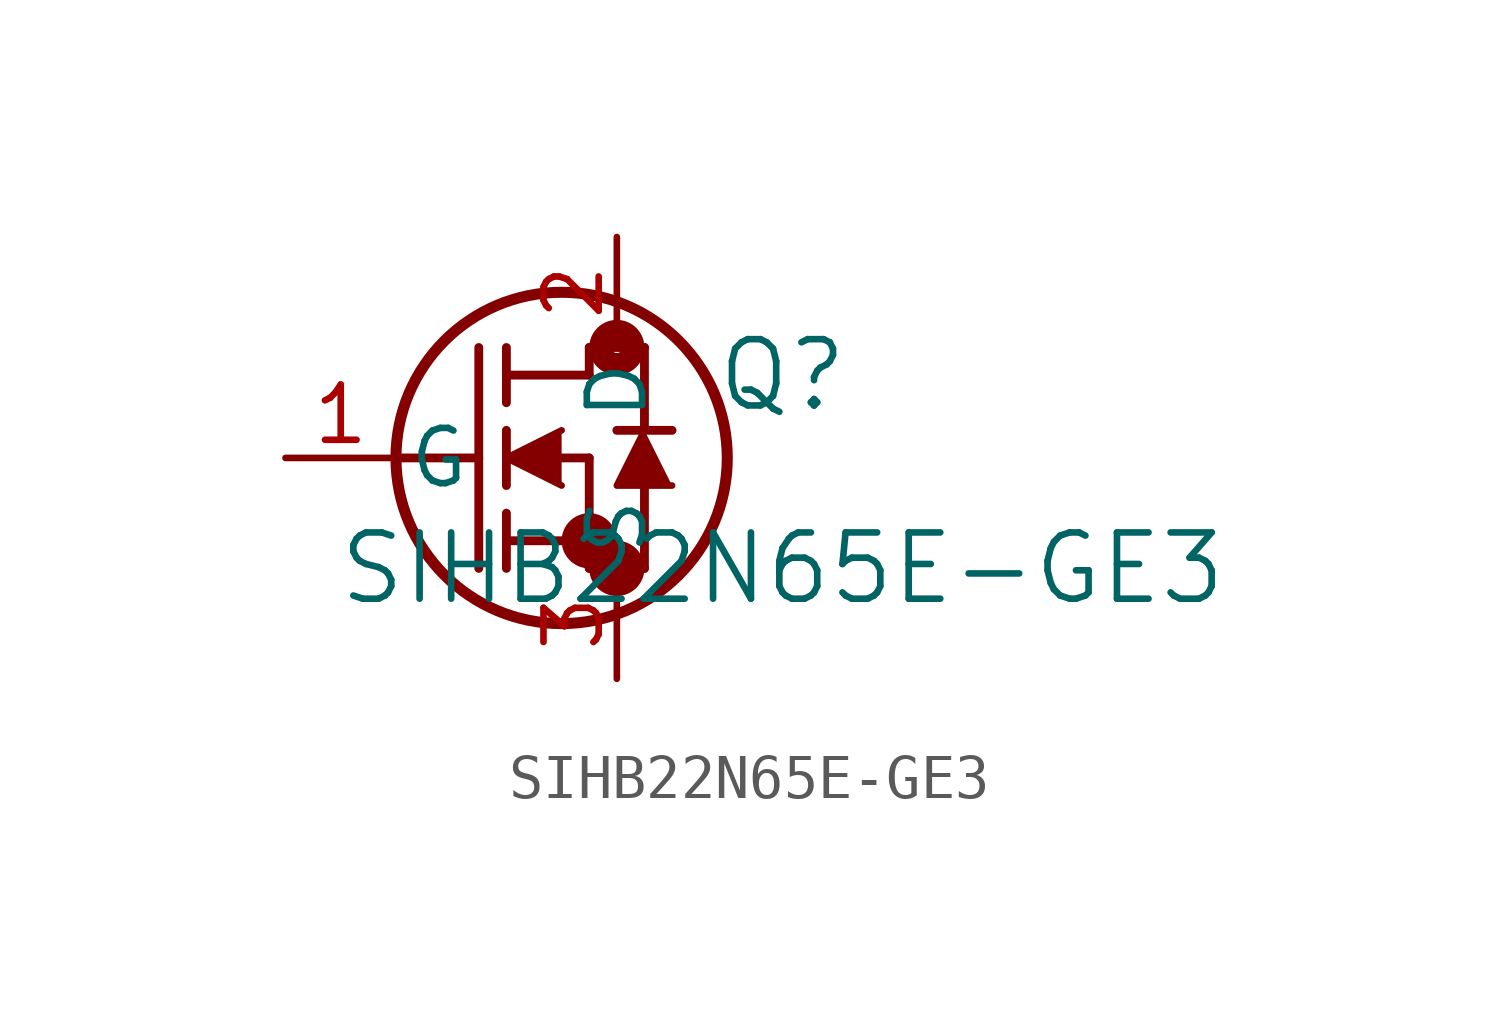
<source format=kicad_sym>
(kicad_symbol_lib
  (version 20241209)
  (generator "kicad_symbol_editor")
  (generator_version "9.0")
  (symbol "SIHB22N65E-GE3"
    (pin_names
      (offset 0.254))
    (property "Reference" "Q"
      (at 11.43 1.905 0)
      (effects (font (size 1.524 1.524))))
    (property "Value" "SIHB22N65E-GE3"
      (at 11.43 -2.54 0)
      (effects (font (size 1.524 1.524))))
    (property "ki_locked" ""
      (at 0 0 0)
      (effects (font (size 1.27 1.27))))
    (symbol "SIHB22N65E-GE3_0_1"
      (polyline (pts (xy 2.54 0) (xy 4.445 0)) (stroke (width 0.203) (type default)) (fill (type none)))
      (polyline (pts (xy 4.445 -2.54) (xy 4.445 2.54)) (stroke (width 0.203) (type default)) (fill (type none)))
      (polyline (pts (xy 5.08 1.905) (xy 6.985 1.905)) (stroke (width 0.203) (type default)) (fill (type none)))
      (polyline (pts (xy 5.08 1.27) (xy 5.08 2.54)) (stroke (width 0.203) (type default)) (fill (type none)))
      (polyline (pts (xy 5.08 -0.635) (xy 5.08 0.635)) (stroke (width 0.203) (type default)) (fill (type none)))
      (polyline (pts (xy 5.08 -1.905) (xy 6.985 -1.905)) (stroke (width 0.203) (type default)) (fill (type none)))
      (polyline (pts (xy 5.08 -2.54) (xy 5.08 -1.27)) (stroke (width 0.203) (type default)) (fill (type none)))
      (polyline (pts (xy 6.35 0.635) (xy 5.08 0) (xy 6.35 -0.635)) (stroke (width 0) (type default)) (fill (type outline)))
      (polyline (pts (xy 6.35 0) (xy 6.985 0)) (stroke (width 0.203) (type default)) (fill (type none)))
      (circle (center 6.35 0) (radius 3.81) (stroke (width 0.254) (type default)) (fill (type none)))
      (polyline (pts (xy 6.985 2.54) (xy 8.255 2.54)) (stroke (width 0.203) (type default)) (fill (type none)))
      (polyline (pts (xy 6.985 1.905) (xy 6.985 2.54)) (stroke (width 0.203) (type default)) (fill (type none)))
      (circle (center 6.985 -1.905) (radius 0.127) (stroke (width 0.508) (type default)) (fill (type none)))
      (polyline (pts (xy 6.985 -2.54) (xy 6.985 0)) (stroke (width 0.203) (type default)) (fill (type none)))
      (polyline (pts (xy 6.985 -2.54) (xy 8.255 -2.54)) (stroke (width 0.203) (type default)) (fill (type none)))
      (circle (center 7.62 2.54) (radius 0.127) (stroke (width 0.508) (type default)) (fill (type none)))
      (circle (center 7.62 -2.54) (radius 0.127) (stroke (width 0.508) (type default)) (fill (type none)))
      (polyline (pts (xy 8.255 0.635) (xy 8.255 2.54)) (stroke (width 0.203) (type default)) (fill (type none)))
      (polyline (pts (xy 8.255 -2.54) (xy 8.255 -0.635)) (stroke (width 0.203) (type default)) (fill (type none)))
      (polyline (pts (xy 8.89 0.635) (xy 7.62 0.635)) (stroke (width 0.203) (type default)) (fill (type none)))
      (polyline (pts (xy 8.89 -0.635) (xy 7.62 -0.635) (xy 8.255 0.635)) (stroke (width 0) (type default)) (fill (type outline)))
      (pin unspecified line (at 0 0 0) (length 2.54) (name "G" (effects (font (size 1.27 1.27)))) (number "1" (effects (font (size 1.27 1.27)))))
      (pin unspecified line (at 7.62 5.08 270) (length 2.54) (name "D" (effects (font (size 1.27 1.27)))) (number "2" (effects (font (size 1.27 1.27)))))
      (pin unspecified line (at 7.62 -5.08 90) (length 2.54) (name "S" (effects (font (size 1.27 1.27)))) (number "3" (effects (font (size 1.27 1.27))))))))
</source>
